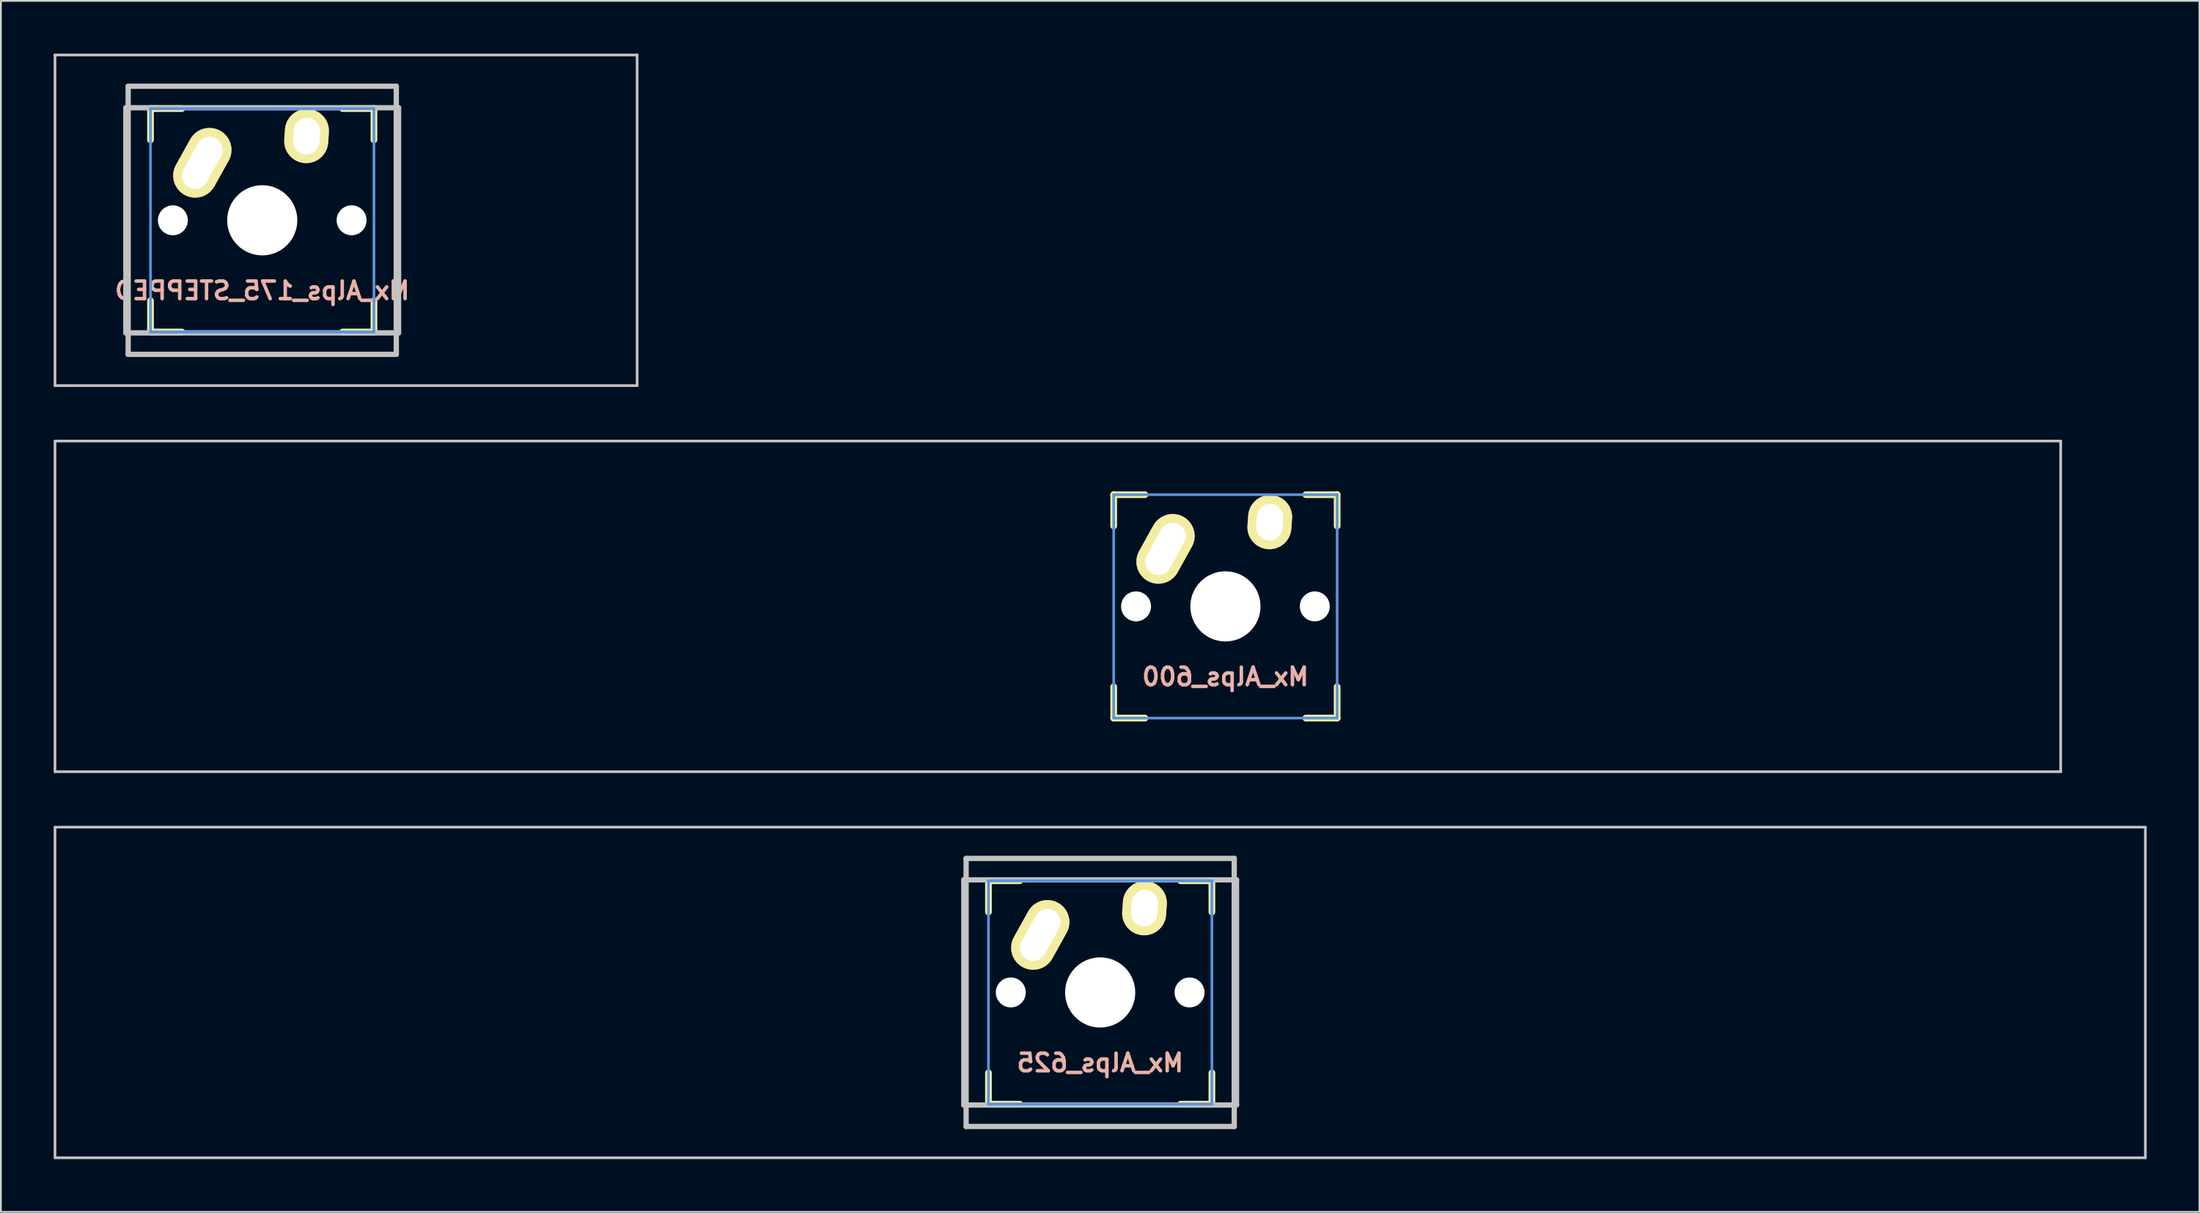
<source format=kicad_pcb>
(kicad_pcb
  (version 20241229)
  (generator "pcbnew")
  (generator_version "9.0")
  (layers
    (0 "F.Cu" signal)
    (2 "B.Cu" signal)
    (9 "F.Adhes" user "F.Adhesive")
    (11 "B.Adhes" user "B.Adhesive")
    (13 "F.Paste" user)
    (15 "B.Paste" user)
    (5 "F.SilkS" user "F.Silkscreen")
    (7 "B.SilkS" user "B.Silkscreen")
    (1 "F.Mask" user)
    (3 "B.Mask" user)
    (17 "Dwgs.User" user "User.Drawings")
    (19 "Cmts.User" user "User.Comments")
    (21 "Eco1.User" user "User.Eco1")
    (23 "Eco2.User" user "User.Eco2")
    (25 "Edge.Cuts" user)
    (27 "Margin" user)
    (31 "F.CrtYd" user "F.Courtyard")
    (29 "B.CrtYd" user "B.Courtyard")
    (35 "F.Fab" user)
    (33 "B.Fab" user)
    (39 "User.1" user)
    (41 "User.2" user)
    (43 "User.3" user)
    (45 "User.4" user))
  (footprint "Mx_Alps_600"
    (layer "F.Cu")
    (at 66.601 31.423)
    (property "Reference" "Mx_Alps_600" (at 0 4 0) (layer "B.SilkS") (effects (font (size 1 1) (thickness 0.2)) (justify mirror)))
    (attr through_hole)
    (fp_line (start -6.35 -6.35) (end -4.572 -6.35) (stroke (width 0.381) (type solid)) (layer "F.SilkS"))
    (fp_line (start -6.35 -4.572) (end -6.35 -6.35) (stroke (width 0.381) (type solid)) (layer "F.SilkS"))
    (fp_line (start -6.35 6.35) (end -6.35 4.572) (stroke (width 0.381) (type solid)) (layer "F.SilkS"))
    (fp_line (start -4.572 6.35) (end -6.35 6.35) (stroke (width 0.381) (type solid)) (layer "F.SilkS"))
    (fp_line (start 4.572 -6.35) (end 6.35 -6.35) (stroke (width 0.381) (type solid)) (layer "F.SilkS"))
    (fp_line (start 6.35 -6.35) (end 6.35 -4.572) (stroke (width 0.381) (type solid)) (layer "F.SilkS"))
    (fp_line (start 6.35 4.572) (end 6.35 6.35) (stroke (width 0.381) (type solid)) (layer "F.SilkS"))
    (fp_line (start 6.35 6.35) (end 4.572 6.35) (stroke (width 0.381) (type solid)) (layer "F.SilkS"))
    (fp_line (start -66.525 -9.398) (end 47.475 -9.398) (stroke (width 0.152) (type solid)) (layer "Dwgs.User"))
    (fp_line (start -66.525 9.398) (end -66.525 -9.398) (stroke (width 0.152) (type solid)) (layer "Dwgs.User"))
    (fp_line (start 47.475 -9.398) (end 47.475 9.398) (stroke (width 0.152) (type solid)) (layer "Dwgs.User"))
    (fp_line (start 47.475 9.398) (end -66.525 9.398) (stroke (width 0.152) (type solid)) (layer "Dwgs.User"))
    (fp_line (start -6.35 -6.35) (end 6.35 -6.35) (stroke (width 0.152) (type solid)) (layer "Cmts.User"))
    (fp_line (start -6.35 6.35) (end -6.35 -6.35) (stroke (width 0.152) (type solid)) (layer "Cmts.User"))
    (fp_line (start 6.35 -6.35) (end 6.35 6.35) (stroke (width 0.152) (type solid)) (layer "Cmts.User"))
    (fp_line (start 6.35 6.35) (end -6.35 6.35) (stroke (width 0.152) (type solid)) (layer "Cmts.User"))
    (fp_line (start -6.985 -6.985) (end -6.985 6.985) (stroke (width 0.152) (type solid)) (layer "Eco2.User"))
    (fp_line (start -6.985 -6.985) (end 6.985 -6.985) (stroke (width 0.152) (type solid)) (layer "Eco2.User"))
    (fp_line (start 6.985 -6.985) (end 6.985 6.985) (stroke (width 0.152) (type solid)) (layer "Eco2.User"))
    (fp_line (start 6.985 6.985) (end -6.985 6.985) (stroke (width 0.152) (type solid)) (layer "Eco2.User"))
    (pad "" np_thru_hole circle (at -5.08 0) (size 1.702 1.702) (drill 1.702) (layers "*.Cu"))
    (pad "" np_thru_hole circle (at 0 0) (size 3.988 3.988) (drill 3.988) (layers "*.Cu"))
    (pad "" np_thru_hole circle (at 5.08 0) (size 1.702 1.702) (drill 1.702) (layers "*.Cu"))
    (pad "1" thru_hole oval (at -3.405 -3.27 330.95) (size 2.5 4.17) (drill oval 1.5 3.17) (layers "*.Cu" "*.Mask" "F.SilkS"))
    (pad "2" thru_hole oval (at 2.52 -4.79 356.1) (size 2.5 3.08) (drill oval 1.5 2.08) (layers "*.Cu" "*.Mask" "F.SilkS")))
  (footprint "Mx_Alps_175_STEPPED"
    (layer "F.Cu")
    (at 11.855 9.474)
    (property "Reference" "Mx_Alps_175_STEPPED" (at 0 4 0) (layer "B.SilkS") (effects (font (size 1 1) (thickness 0.2)) (justify mirror)))
    (attr through_hole)
    (fp_line (start -6.35 -6.35) (end -4.572 -6.35) (stroke (width 0.381) (type solid)) (layer "F.SilkS"))
    (fp_line (start -6.35 -4.572) (end -6.35 -6.35) (stroke (width 0.381) (type solid)) (layer "F.SilkS"))
    (fp_line (start -6.35 6.35) (end -6.35 4.572) (stroke (width 0.381) (type solid)) (layer "F.SilkS"))
    (fp_line (start -4.572 6.35) (end -6.35 6.35) (stroke (width 0.381) (type solid)) (layer "F.SilkS"))
    (fp_line (start 4.572 -6.35) (end 6.35 -6.35) (stroke (width 0.381) (type solid)) (layer "F.SilkS"))
    (fp_line (start 6.35 -6.35) (end 6.35 -4.572) (stroke (width 0.381) (type solid)) (layer "F.SilkS"))
    (fp_line (start 6.35 4.572) (end 6.35 6.35) (stroke (width 0.381) (type solid)) (layer "F.SilkS"))
    (fp_line (start 6.35 6.35) (end 4.572 6.35) (stroke (width 0.381) (type solid)) (layer "F.SilkS"))
    (fp_line (start -11.779 -9.398) (end 21.307 -9.398) (stroke (width 0.152) (type solid)) (layer "Dwgs.User"))
    (fp_line (start -11.779 9.398) (end -11.779 -9.398) (stroke (width 0.152) (type solid)) (layer "Dwgs.User"))
    (fp_line (start -7.75 6.4) (end -7.75 -6.4) (stroke (width 0.3) (type solid)) (layer "Dwgs.User"))
    (fp_line (start -7.75 6.4) (end 7.75 6.4) (stroke (width 0.3) (type solid)) (layer "Dwgs.User"))
    (fp_line (start -7.62 -7.62) (end 7.62 -7.62) (stroke (width 0.3) (type solid)) (layer "Dwgs.User"))
    (fp_line (start -7.62 7.62) (end -7.62 -7.62) (stroke (width 0.3) (type solid)) (layer "Dwgs.User"))
    (fp_line (start 7.62 -7.62) (end 7.62 7.62) (stroke (width 0.3) (type solid)) (layer "Dwgs.User"))
    (fp_line (start 7.62 7.62) (end -7.62 7.62) (stroke (width 0.3) (type solid)) (layer "Dwgs.User"))
    (fp_line (start 7.75 -6.4) (end -7.75 -6.4) (stroke (width 0.3) (type solid)) (layer "Dwgs.User"))
    (fp_line (start 7.75 6.4) (end 7.75 -6.4) (stroke (width 0.3) (type solid)) (layer "Dwgs.User"))
    (fp_line (start 21.307 -9.398) (end 21.307 9.398) (stroke (width 0.152) (type solid)) (layer "Dwgs.User"))
    (fp_line (start 21.307 9.398) (end -11.779 9.398) (stroke (width 0.152) (type solid)) (layer "Dwgs.User"))
    (fp_line (start -6.35 -6.35) (end 6.35 -6.35) (stroke (width 0.152) (type solid)) (layer "Cmts.User"))
    (fp_line (start -6.35 6.35) (end -6.35 -6.35) (stroke (width 0.152) (type solid)) (layer "Cmts.User"))
    (fp_line (start 6.35 -6.35) (end 6.35 6.35) (stroke (width 0.152) (type solid)) (layer "Cmts.User"))
    (fp_line (start 6.35 6.35) (end -6.35 6.35) (stroke (width 0.152) (type solid)) (layer "Cmts.User"))
    (fp_line (start -6.985 -6.985) (end 6.985 -6.985) (stroke (width 0.152) (type solid)) (layer "Eco2.User"))
    (fp_line (start -6.985 6.985) (end -6.985 -6.985) (stroke (width 0.152) (type solid)) (layer "Eco2.User"))
    (fp_line (start 6.985 -6.985) (end 6.985 6.985) (stroke (width 0.152) (type solid)) (layer "Eco2.User"))
    (fp_line (start 6.985 6.985) (end -6.985 6.985) (stroke (width 0.152) (type solid)) (layer "Eco2.User"))
    (pad "" np_thru_hole circle (at -5.08 0) (size 1.702 1.702) (drill 1.702) (layers "*.Cu"))
    (pad "" np_thru_hole circle (at 0 0) (size 3.988 3.988) (drill 3.988) (layers "*.Cu"))
    (pad "" np_thru_hole circle (at 5.08 0) (size 1.702 1.702) (drill 1.702) (layers "*.Cu"))
    (pad "1" thru_hole oval (at -3.405 -3.27 330.95) (size 2.5 4.17) (drill oval 1.5 3.17) (layers "*.Cu" "*.Mask" "F.SilkS"))
    (pad "2" thru_hole oval (at 2.52 -4.79 356.1) (size 2.5 3.08) (drill oval 1.5 2.08) (layers "*.Cu" "*.Mask" "F.SilkS")))
  (footprint "Mx_Alps_625"
    (layer "F.Cu")
    (at 59.482 53.371)
    (property "Reference" "Mx_Alps_625" (at 0 4 0) (layer "B.SilkS") (effects (font (size 1 1) (thickness 0.2)) (justify mirror)))
    (attr through_hole)
    (fp_line (start -6.35 -6.35) (end -4.572 -6.35) (stroke (width 0.381) (type solid)) (layer "F.SilkS"))
    (fp_line (start -6.35 -4.572) (end -6.35 -6.35) (stroke (width 0.381) (type solid)) (layer "F.SilkS"))
    (fp_line (start -6.35 6.35) (end -6.35 4.572) (stroke (width 0.381) (type solid)) (layer "F.SilkS"))
    (fp_line (start -4.572 6.35) (end -6.35 6.35) (stroke (width 0.381) (type solid)) (layer "F.SilkS"))
    (fp_line (start 4.572 -6.35) (end 6.35 -6.35) (stroke (width 0.381) (type solid)) (layer "F.SilkS"))
    (fp_line (start 6.35 -6.35) (end 6.35 -4.572) (stroke (width 0.381) (type solid)) (layer "F.SilkS"))
    (fp_line (start 6.35 4.572) (end 6.35 6.35) (stroke (width 0.381) (type solid)) (layer "F.SilkS"))
    (fp_line (start 6.35 6.35) (end 4.572 6.35) (stroke (width 0.381) (type solid)) (layer "F.SilkS"))
    (fp_line (start -59.406 -9.398) (end 59.406 -9.398) (stroke (width 0.152) (type solid)) (layer "Dwgs.User"))
    (fp_line (start -59.406 9.398) (end -59.406 -9.398) (stroke (width 0.152) (type solid)) (layer "Dwgs.User"))
    (fp_line (start -7.75 6.4) (end -7.75 -6.4) (stroke (width 0.3) (type solid)) (layer "Dwgs.User"))
    (fp_line (start -7.75 6.4) (end 7.75 6.4) (stroke (width 0.3) (type solid)) (layer "Dwgs.User"))
    (fp_line (start -7.62 -7.62) (end 7.62 -7.62) (stroke (width 0.3) (type solid)) (layer "Dwgs.User"))
    (fp_line (start -7.62 7.62) (end -7.62 -7.62) (stroke (width 0.3) (type solid)) (layer "Dwgs.User"))
    (fp_line (start 7.62 -7.62) (end 7.62 7.62) (stroke (width 0.3) (type solid)) (layer "Dwgs.User"))
    (fp_line (start 7.62 7.62) (end -7.62 7.62) (stroke (width 0.3) (type solid)) (layer "Dwgs.User"))
    (fp_line (start 7.75 -6.4) (end -7.75 -6.4) (stroke (width 0.3) (type solid)) (layer "Dwgs.User"))
    (fp_line (start 7.75 6.4) (end 7.75 -6.4) (stroke (width 0.3) (type solid)) (layer "Dwgs.User"))
    (fp_line (start 59.406 -9.398) (end 59.406 9.398) (stroke (width 0.152) (type solid)) (layer "Dwgs.User"))
    (fp_line (start 59.406 9.398) (end -59.406 9.398) (stroke (width 0.152) (type solid)) (layer "Dwgs.User"))
    (fp_line (start -6.35 -6.35) (end 6.35 -6.35) (stroke (width 0.152) (type solid)) (layer "Cmts.User"))
    (fp_line (start -6.35 6.35) (end -6.35 -6.35) (stroke (width 0.152) (type solid)) (layer "Cmts.User"))
    (fp_line (start 6.35 -6.35) (end 6.35 6.35) (stroke (width 0.152) (type solid)) (layer "Cmts.User"))
    (fp_line (start 6.35 6.35) (end -6.35 6.35) (stroke (width 0.152) (type solid)) (layer "Cmts.User"))
    (fp_line (start -6.985 -6.985) (end 6.985 -6.985) (stroke (width 0.152) (type solid)) (layer "Eco2.User"))
    (fp_line (start -6.985 6.985) (end -6.985 -6.985) (stroke (width 0.152) (type solid)) (layer "Eco2.User"))
    (fp_line (start 6.985 -6.985) (end 6.985 6.985) (stroke (width 0.152) (type solid)) (layer "Eco2.User"))
    (fp_line (start 6.985 6.985) (end -6.985 6.985) (stroke (width 0.152) (type solid)) (layer "Eco2.User"))
    (pad "" np_thru_hole circle (at -5.08 0) (size 1.702 1.702) (drill 1.702) (layers "*.Cu"))
    (pad "" np_thru_hole circle (at 0 0) (size 3.988 3.988) (drill 3.988) (layers "*.Cu"))
    (pad "" np_thru_hole circle (at 5.08 0) (size 1.702 1.702) (drill 1.702) (layers "*.Cu"))
    (pad "1" thru_hole oval (at -3.405 -3.27 330.95) (size 2.5 4.17) (drill oval 1.5 3.17) (layers "*.Cu" "*.Mask" "F.SilkS"))
    (pad "2" thru_hole oval (at 2.52 -4.79 356.1) (size 2.5 3.08) (drill oval 1.5 2.08) (layers "*.Cu" "*.Mask" "F.SilkS")))
  (gr_rect
    (start -3 -3)
    (end 121.963 65.845)
    (stroke (width 0.1) (type default))
    (fill no)
    (layer "Edge.Cuts")))
</source>
